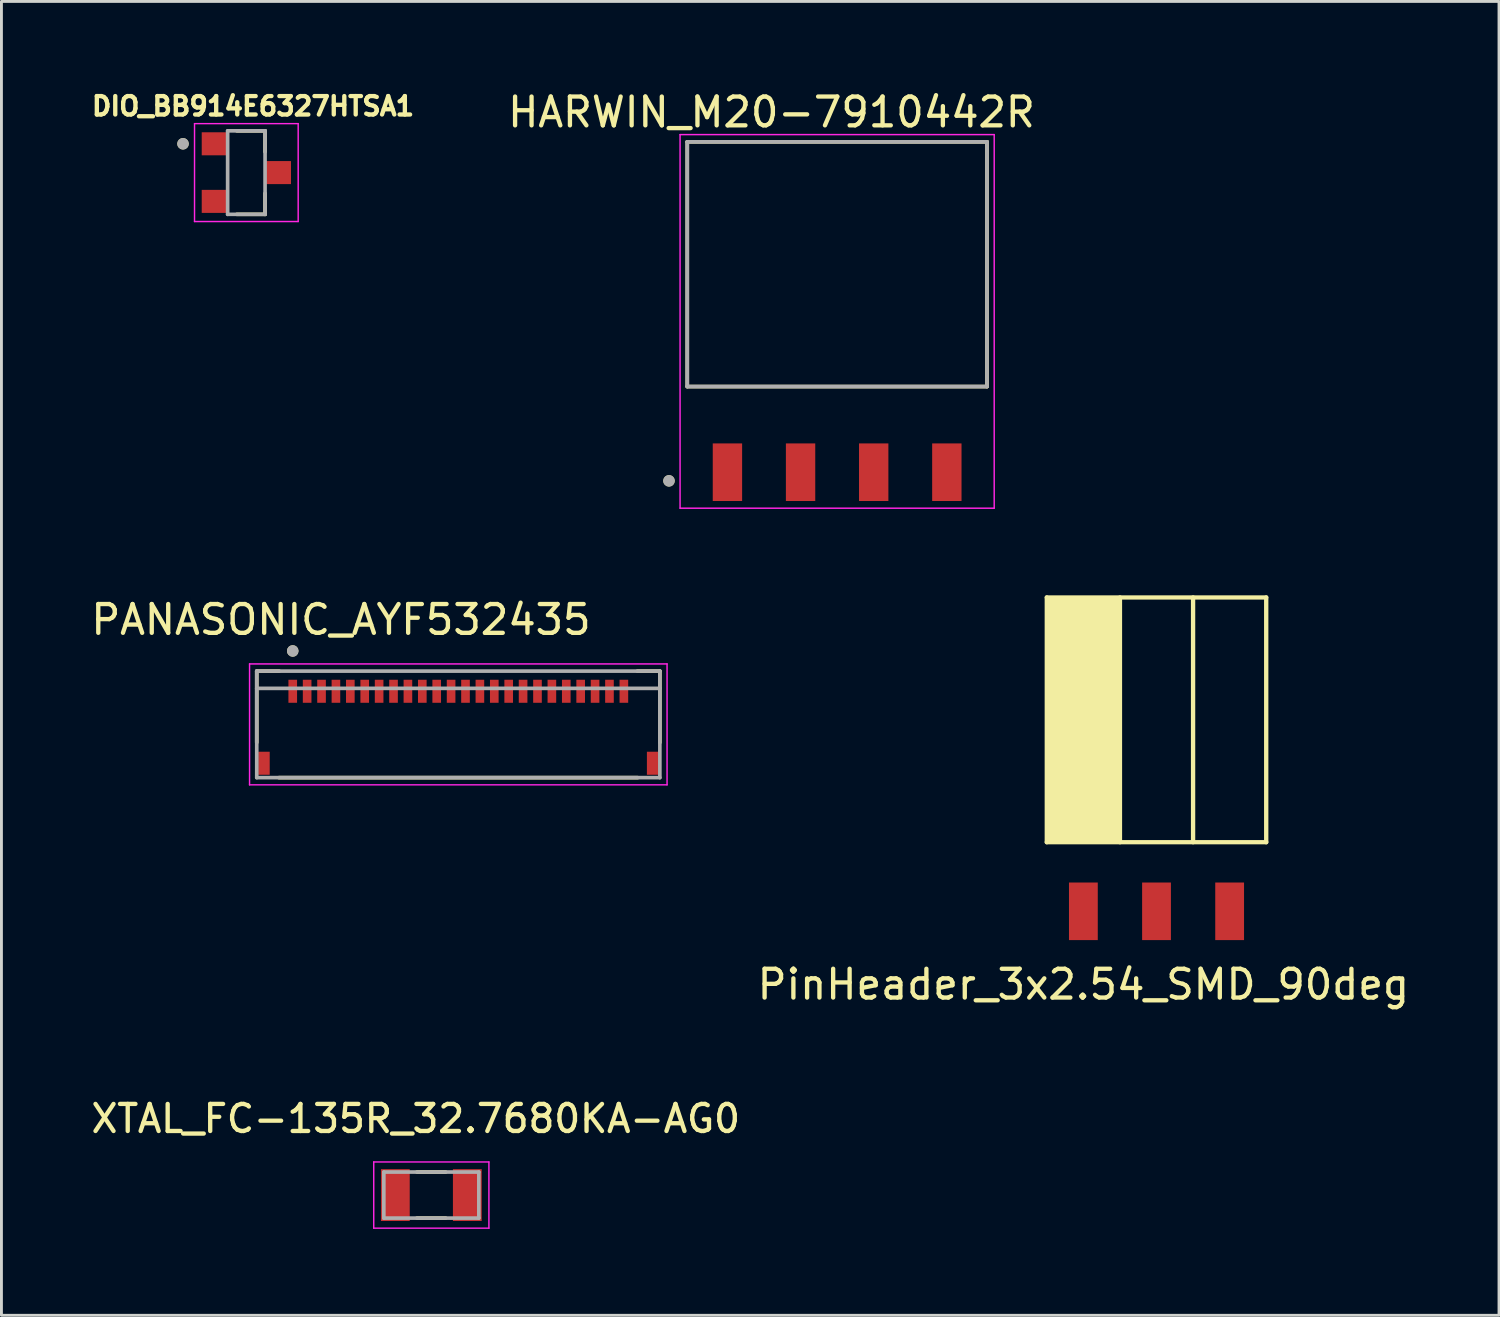
<source format=kicad_pcb>
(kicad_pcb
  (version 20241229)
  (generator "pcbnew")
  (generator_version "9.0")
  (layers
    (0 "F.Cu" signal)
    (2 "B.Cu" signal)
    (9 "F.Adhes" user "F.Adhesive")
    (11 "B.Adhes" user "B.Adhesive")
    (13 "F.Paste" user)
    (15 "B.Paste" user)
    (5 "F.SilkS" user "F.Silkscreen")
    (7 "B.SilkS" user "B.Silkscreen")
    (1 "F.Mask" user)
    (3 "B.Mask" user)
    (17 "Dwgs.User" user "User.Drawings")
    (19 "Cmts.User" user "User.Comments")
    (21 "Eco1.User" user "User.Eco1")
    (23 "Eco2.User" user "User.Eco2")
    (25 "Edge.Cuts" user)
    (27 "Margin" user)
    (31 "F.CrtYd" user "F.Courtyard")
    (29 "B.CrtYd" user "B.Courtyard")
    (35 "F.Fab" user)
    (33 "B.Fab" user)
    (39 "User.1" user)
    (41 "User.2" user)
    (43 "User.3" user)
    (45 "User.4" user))
  (footprint "DIO_BB914E6327HTSA1"
    (layer "F.Cu")
    (at 5.506 2.944)
    (property "Reference" "DIO_BB914E6327HTSA1" (at 0.232 -2.306 0) (layer "F.SilkS") (effects (font (size 0.64 0.64) (thickness 0.15))))
    (attr smd)
    (fp_line (start -0.33 -1.45) (end 0.65 -1.45) (stroke (width 0.127) (type solid)) (layer "F.SilkS"))
    (fp_line (start 0.65 -1.45) (end 0.65 -0.72) (stroke (width 0.127) (type solid)) (layer "F.SilkS"))
    (fp_line (start 0.65 1.45) (end -0.33 1.45) (stroke (width 0.127) (type solid)) (layer "F.SilkS"))
    (fp_line (start 0.65 1.45) (end 0.65 0.72) (stroke (width 0.127) (type solid)) (layer "F.SilkS"))
    (fp_circle (center -2.2 -1) (end -2.1 -1) (stroke (width 0.2) (type solid)) (fill no) (layer "F.SilkS"))
    (fp_line (start -1.8 -1.7) (end -1.8 1.7) (stroke (width 0.05) (type solid)) (layer "F.CrtYd"))
    (fp_line (start -1.8 1.7) (end 1.8 1.7) (stroke (width 0.05) (type solid)) (layer "F.CrtYd"))
    (fp_line (start 1.8 -1.7) (end -1.8 -1.7) (stroke (width 0.05) (type solid)) (layer "F.CrtYd"))
    (fp_line (start 1.8 1.7) (end 1.8 -1.7) (stroke (width 0.05) (type solid)) (layer "F.CrtYd"))
    (fp_line (start -0.65 -1.45) (end 0.65 -1.45) (stroke (width 0.127) (type solid)) (layer "F.Fab"))
    (fp_line (start -0.65 1.45) (end -0.65 -1.45) (stroke (width 0.127) (type solid)) (layer "F.Fab"))
    (fp_line (start 0.65 -1.45) (end 0.65 1.45) (stroke (width 0.127) (type solid)) (layer "F.Fab"))
    (fp_line (start 0.65 1.45) (end -0.65 1.45) (stroke (width 0.127) (type solid)) (layer "F.Fab"))
    (fp_circle (center -2.2 -1) (end -2.1 -1) (stroke (width 0.2) (type solid)) (fill no) (layer "F.Fab"))
    (pad "1" smd rect (at -1.1 -1) (size 0.9 0.8) (layers "F.Cu" "F.Mask" "F.Paste"))
    (pad "2" smd rect (at -1.1 1) (size 0.9 0.8) (layers "F.Cu" "F.Mask" "F.Paste"))
    (pad "3" smd rect (at 1.1 0) (size 0.9 0.8) (layers "F.Cu" "F.Mask" "F.Paste")))
  (footprint "PinHeader_3x2.54_SMD_90deg"
    (layer "F.Cu")
    (at 34.576 28.6)
    (property "Reference" "PinHeader_3x2.54_SMD_90deg" (at 0 2.54 0) (layer "F.SilkS") (effects (font (size 1 1) (thickness 0.15))))
    (attr through_hole)
    (fp_line (start -1.27 -10.9) (end 6.35 -10.9) (stroke (width 0.15) (type solid)) (layer "F.SilkS"))
    (fp_line (start -1.27 -2.4) (end -1.27 -10.9) (stroke (width 0.15) (type solid)) (layer "F.SilkS"))
    (fp_line (start -1.27 -2.4) (end 6.35 -2.4) (stroke (width 0.15) (type solid)) (layer "F.SilkS"))
    (fp_line (start 1.27 -2.4) (end 1.27 -10.9) (stroke (width 0.15) (type solid)) (layer "F.SilkS"))
    (fp_line (start 3.81 -2.4) (end 3.81 -10.9) (stroke (width 0.15) (type solid)) (layer "F.SilkS"))
    (fp_line (start 6.35 -2.4) (end 6.35 -10.9) (stroke (width 0.15) (type solid)) (layer "F.SilkS"))
    (fp_poly (pts (xy -1.219 -10.846) (xy 1.219 -10.846) (xy 1.219 -2.464) (xy -1.219 -2.464)) (stroke (width 0.15) (type solid)) (fill yes) (layer "F.SilkS"))
    (pad "1" smd rect (at 0 0) (size 1 2) (layers "F.Cu" "F.Mask" "F.Paste"))
    (pad "2" smd rect (at 2.54 0) (size 1 2) (layers "F.Cu" "F.Mask" "F.Paste"))
    (pad "3" smd rect (at 5.08 0) (size 1 2) (layers "F.Cu" "F.Mask" "F.Paste")))
  (footprint "XTAL_FC-135R_32.7680KA-AG0"
    (layer "F.Cu")
    (at 11.93 38.455)
    (property "Reference" "XTAL_FC-135R_32.7680KA-AG0" (at -0.54 -2.653 0) (layer "F.SilkS") (effects (font (size 0.94 0.94) (thickness 0.15))))
    (attr smd)
    (fp_line (start -0.5 -0.8) (end 0.5 -0.8) (stroke (width 0.127) (type solid)) (layer "F.SilkS"))
    (fp_line (start -0.5 0.8) (end 0.5 0.8) (stroke (width 0.127) (type solid)) (layer "F.SilkS"))
    (fp_line (start -2 -1.15) (end -2 1.15) (stroke (width 0.05) (type solid)) (layer "F.CrtYd"))
    (fp_line (start -2 1.15) (end 2 1.15) (stroke (width 0.05) (type solid)) (layer "F.CrtYd"))
    (fp_line (start 2 -1.15) (end -2 -1.15) (stroke (width 0.05) (type solid)) (layer "F.CrtYd"))
    (fp_line (start 2 1.15) (end 2 -1.15) (stroke (width 0.05) (type solid)) (layer "F.CrtYd"))
    (fp_line (start -1.65 -0.8) (end 1.65 -0.8) (stroke (width 0.127) (type solid)) (layer "F.Fab"))
    (fp_line (start -1.65 0.8) (end -1.65 -0.8) (stroke (width 0.127) (type solid)) (layer "F.Fab"))
    (fp_line (start 1.65 -0.8) (end 1.65 0.8) (stroke (width 0.127) (type solid)) (layer "F.Fab"))
    (fp_line (start 1.65 0.8) (end -1.65 0.8) (stroke (width 0.127) (type solid)) (layer "F.Fab"))
    (pad "1" smd rect (at -1.25 0) (size 1 1.8) (layers "F.Cu" "F.Mask" "F.Paste"))
    (pad "2" smd rect (at 1.25 0) (size 1 1.8) (layers "F.Cu" "F.Mask" "F.Paste")))
  (footprint "PANASONIC_AYF532435"
    (layer "F.Cu")
    (at 12.867 22.108)
    (property "Reference" "PANASONIC_AYF532435" (at -4.075 -3.635 0) (layer "F.SilkS") (effects (font (size 1 1) (thickness 0.15))))
    (attr smd)
    (fp_line (start -7 -1.85) (end -6.22 -1.85) (stroke (width 0.127) (type solid)) (layer "F.SilkS"))
    (fp_line (start -7 0.63) (end -7 -1.85) (stroke (width 0.127) (type solid)) (layer "F.SilkS"))
    (fp_line (start -6.23 1.85) (end 6.23 1.85) (stroke (width 0.127) (type solid)) (layer "F.SilkS"))
    (fp_line (start 6.22 -1.85) (end 7 -1.85) (stroke (width 0.127) (type solid)) (layer "F.SilkS"))
    (fp_line (start 7 -1.85) (end 7 0.63) (stroke (width 0.127) (type solid)) (layer "F.SilkS"))
    (fp_circle (center -5.75 -2.55) (end -5.65 -2.55) (stroke (width 0.2) (type solid)) (fill no) (layer "F.SilkS"))
    (fp_poly (pts (xy -5.875 -1.55) (xy -5.625 -1.55) (xy -5.625 -1) (xy -5.875 -1)) (stroke (width 0.01) (type solid)) (fill yes) (layer "F.Paste"))
    (fp_poly (pts (xy -5.375 -1.55) (xy -5.125 -1.55) (xy -5.125 -1) (xy -5.375 -1)) (stroke (width 0.01) (type solid)) (fill yes) (layer "F.Paste"))
    (fp_poly (pts (xy -4.875 -1.55) (xy -4.625 -1.55) (xy -4.625 -1) (xy -4.875 -1)) (stroke (width 0.01) (type solid)) (fill yes) (layer "F.Paste"))
    (fp_poly (pts (xy -4.375 -1.55) (xy -4.125 -1.55) (xy -4.125 -1) (xy -4.375 -1)) (stroke (width 0.01) (type solid)) (fill yes) (layer "F.Paste"))
    (fp_poly (pts (xy -3.875 -1.55) (xy -3.625 -1.55) (xy -3.625 -1) (xy -3.875 -1)) (stroke (width 0.01) (type solid)) (fill yes) (layer "F.Paste"))
    (fp_poly (pts (xy -3.375 -1.55) (xy -3.125 -1.55) (xy -3.125 -1) (xy -3.375 -1)) (stroke (width 0.01) (type solid)) (fill yes) (layer "F.Paste"))
    (fp_poly (pts (xy -2.875 -1.55) (xy -2.625 -1.55) (xy -2.625 -1) (xy -2.875 -1)) (stroke (width 0.01) (type solid)) (fill yes) (layer "F.Paste"))
    (fp_poly (pts (xy -2.375 -1.55) (xy -2.125 -1.55) (xy -2.125 -1) (xy -2.375 -1)) (stroke (width 0.01) (type solid)) (fill yes) (layer "F.Paste"))
    (fp_poly (pts (xy -1.875 -1.55) (xy -1.625 -1.55) (xy -1.625 -1) (xy -1.875 -1)) (stroke (width 0.01) (type solid)) (fill yes) (layer "F.Paste"))
    (fp_poly (pts (xy -1.375 -1.55) (xy -1.125 -1.55) (xy -1.125 -1) (xy -1.375 -1)) (stroke (width 0.01) (type solid)) (fill yes) (layer "F.Paste"))
    (fp_poly (pts (xy -0.875 -1.55) (xy -0.625 -1.55) (xy -0.625 -1) (xy -0.875 -1)) (stroke (width 0.01) (type solid)) (fill yes) (layer "F.Paste"))
    (fp_poly (pts (xy -0.375 -1.55) (xy -0.125 -1.55) (xy -0.125 -1) (xy -0.375 -1)) (stroke (width 0.01) (type solid)) (fill yes) (layer "F.Paste"))
    (fp_poly (pts (xy 0.125 -1.55) (xy 0.375 -1.55) (xy 0.375 -1) (xy 0.125 -1)) (stroke (width 0.01) (type solid)) (fill yes) (layer "F.Paste"))
    (fp_poly (pts (xy 0.625 -1.55) (xy 0.875 -1.55) (xy 0.875 -1) (xy 0.625 -1)) (stroke (width 0.01) (type solid)) (fill yes) (layer "F.Paste"))
    (fp_poly (pts (xy 1.125 -1.55) (xy 1.375 -1.55) (xy 1.375 -1) (xy 1.125 -1)) (stroke (width 0.01) (type solid)) (fill yes) (layer "F.Paste"))
    (fp_poly (pts (xy 1.625 -1.55) (xy 1.875 -1.55) (xy 1.875 -1) (xy 1.625 -1)) (stroke (width 0.01) (type solid)) (fill yes) (layer "F.Paste"))
    (fp_poly (pts (xy 2.125 -1.55) (xy 2.375 -1.55) (xy 2.375 -1) (xy 2.125 -1)) (stroke (width 0.01) (type solid)) (fill yes) (layer "F.Paste"))
    (fp_poly (pts (xy 2.625 -1.55) (xy 2.875 -1.55) (xy 2.875 -1) (xy 2.625 -1)) (stroke (width 0.01) (type solid)) (fill yes) (layer "F.Paste"))
    (fp_poly (pts (xy 3.125 -1.55) (xy 3.375 -1.55) (xy 3.375 -1) (xy 3.125 -1)) (stroke (width 0.01) (type solid)) (fill yes) (layer "F.Paste"))
    (fp_poly (pts (xy 3.625 -1.55) (xy 3.875 -1.55) (xy 3.875 -1) (xy 3.625 -1)) (stroke (width 0.01) (type solid)) (fill yes) (layer "F.Paste"))
    (fp_poly (pts (xy 4.125 -1.55) (xy 4.375 -1.55) (xy 4.375 -1) (xy 4.125 -1)) (stroke (width 0.01) (type solid)) (fill yes) (layer "F.Paste"))
    (fp_poly (pts (xy 4.625 -1.55) (xy 4.875 -1.55) (xy 4.875 -1) (xy 4.625 -1)) (stroke (width 0.01) (type solid)) (fill yes) (layer "F.Paste"))
    (fp_poly (pts (xy 5.125 -1.55) (xy 5.375 -1.55) (xy 5.375 -1) (xy 5.125 -1)) (stroke (width 0.01) (type solid)) (fill yes) (layer "F.Paste"))
    (fp_poly (pts (xy 5.625 -1.55) (xy 5.875 -1.55) (xy 5.875 -1) (xy 5.625 -1)) (stroke (width 0.01) (type solid)) (fill yes) (layer "F.Paste"))
    (fp_line (start -7.25 -2.1) (end -7.25 2.1) (stroke (width 0.05) (type solid)) (layer "F.CrtYd"))
    (fp_line (start -7.25 2.1) (end 7.25 2.1) (stroke (width 0.05) (type solid)) (layer "F.CrtYd"))
    (fp_line (start 7.25 -2.1) (end -7.25 -2.1) (stroke (width 0.05) (type solid)) (layer "F.CrtYd"))
    (fp_line (start 7.25 2.1) (end 7.25 -2.1) (stroke (width 0.05) (type solid)) (layer "F.CrtYd"))
    (fp_line (start -7 -1.85) (end 7 -1.85) (stroke (width 0.127) (type solid)) (layer "F.Fab"))
    (fp_line (start -7 -1.25) (end -7 -1.85) (stroke (width 0.127) (type solid)) (layer "F.Fab"))
    (fp_line (start -7 -1.25) (end 7 -1.25) (stroke (width 0.127) (type solid)) (layer "F.Fab"))
    (fp_line (start -7 1.85) (end -7 -1.25) (stroke (width 0.127) (type solid)) (layer "F.Fab"))
    (fp_line (start 7 -1.85) (end 7 -1.25) (stroke (width 0.127) (type solid)) (layer "F.Fab"))
    (fp_line (start 7 -1.25) (end 7 1.85) (stroke (width 0.127) (type solid)) (layer "F.Fab"))
    (fp_line (start 7 1.85) (end -7 1.85) (stroke (width 0.127) (type solid)) (layer "F.Fab"))
    (fp_circle (center -5.75 -2.55) (end -5.65 -2.55) (stroke (width 0.2) (type solid)) (fill no) (layer "F.Fab"))
    (pad "1" smd rect (at -5.75 -1.15) (size 0.3 0.8) (layers "F.Cu" "F.Mask"))
    (pad "2" smd rect (at -5.25 -1.15) (size 0.3 0.8) (layers "F.Cu" "F.Mask"))
    (pad "3" smd rect (at -4.75 -1.15) (size 0.3 0.8) (layers "F.Cu" "F.Mask"))
    (pad "4" smd rect (at -4.25 -1.15) (size 0.3 0.8) (layers "F.Cu" "F.Mask"))
    (pad "5" smd rect (at -3.75 -1.15) (size 0.3 0.8) (layers "F.Cu" "F.Mask"))
    (pad "6" smd rect (at -3.25 -1.15) (size 0.3 0.8) (layers "F.Cu" "F.Mask"))
    (pad "7" smd rect (at -2.75 -1.15) (size 0.3 0.8) (layers "F.Cu" "F.Mask"))
    (pad "8" smd rect (at -2.25 -1.15) (size 0.3 0.8) (layers "F.Cu" "F.Mask"))
    (pad "9" smd rect (at -1.75 -1.15) (size 0.3 0.8) (layers "F.Cu" "F.Mask"))
    (pad "10" smd rect (at -1.25 -1.15) (size 0.3 0.8) (layers "F.Cu" "F.Mask"))
    (pad "11" smd rect (at -0.75 -1.15) (size 0.3 0.8) (layers "F.Cu" "F.Mask"))
    (pad "12" smd rect (at -0.25 -1.15) (size 0.3 0.8) (layers "F.Cu" "F.Mask"))
    (pad "13" smd rect (at 0.25 -1.15) (size 0.3 0.8) (layers "F.Cu" "F.Mask"))
    (pad "14" smd rect (at 0.75 -1.15) (size 0.3 0.8) (layers "F.Cu" "F.Mask"))
    (pad "15" smd rect (at 1.25 -1.15) (size 0.3 0.8) (layers "F.Cu" "F.Mask"))
    (pad "16" smd rect (at 1.75 -1.15) (size 0.3 0.8) (layers "F.Cu" "F.Mask"))
    (pad "17" smd rect (at 2.25 -1.15) (size 0.3 0.8) (layers "F.Cu" "F.Mask"))
    (pad "18" smd rect (at 2.75 -1.15) (size 0.3 0.8) (layers "F.Cu" "F.Mask"))
    (pad "19" smd rect (at 3.25 -1.15) (size 0.3 0.8) (layers "F.Cu" "F.Mask"))
    (pad "20" smd rect (at 3.75 -1.15) (size 0.3 0.8) (layers "F.Cu" "F.Mask"))
    (pad "21" smd rect (at 4.25 -1.15) (size 0.3 0.8) (layers "F.Cu" "F.Mask"))
    (pad "22" smd rect (at 4.75 -1.15) (size 0.3 0.8) (layers "F.Cu" "F.Mask"))
    (pad "23" smd rect (at 5.25 -1.15) (size 0.3 0.8) (layers "F.Cu" "F.Mask"))
    (pad "24" smd rect (at 5.75 -1.15) (size 0.3 0.8) (layers "F.Cu" "F.Mask"))
    (pad "S1" smd rect (at -6.75 1.35) (size 0.4 0.8) (layers "F.Cu" "F.Mask" "F.Paste"))
    (pad "S2" smd rect (at 6.75 1.35) (size 0.4 0.8) (layers "F.Cu" "F.Mask" "F.Paste")))
  (footprint "HARWIN_M20-7910442R"
    (layer "F.Cu")
    (at 26.024 13.35)
    (property "Reference" "HARWIN_M20-7910442R" (at -2.28 -12.502 0) (layer "F.SilkS") (effects (font (size 1 1) (thickness 0.15))))
    (attr smd)
    (fp_line (start -5.205 -11.475) (end -5.205 -2.975) (stroke (width 0.127) (type solid)) (layer "F.SilkS"))
    (fp_line (start -5.205 -2.975) (end 5.205 -2.975) (stroke (width 0.127) (type solid)) (layer "F.SilkS"))
    (fp_line (start 5.205 -11.475) (end -5.205 -11.475) (stroke (width 0.127) (type solid)) (layer "F.SilkS"))
    (fp_line (start 5.205 -2.975) (end 5.205 -11.475) (stroke (width 0.127) (type solid)) (layer "F.SilkS"))
    (fp_circle (center -5.84 0.3) (end -5.74 0.3) (stroke (width 0.2) (type solid)) (fill no) (layer "F.SilkS"))
    (fp_line (start -5.455 -11.725) (end -5.455 1.25) (stroke (width 0.05) (type solid)) (layer "F.CrtYd"))
    (fp_line (start -5.455 1.25) (end 5.455 1.25) (stroke (width 0.05) (type solid)) (layer "F.CrtYd"))
    (fp_line (start 5.455 -11.725) (end -5.455 -11.725) (stroke (width 0.05) (type solid)) (layer "F.CrtYd"))
    (fp_line (start 5.455 1.25) (end 5.455 -11.725) (stroke (width 0.05) (type solid)) (layer "F.CrtYd"))
    (fp_line (start -5.205 -11.475) (end -5.205 -2.975) (stroke (width 0.127) (type solid)) (layer "F.Fab"))
    (fp_line (start -5.205 -2.975) (end 5.205 -2.975) (stroke (width 0.127) (type solid)) (layer "F.Fab"))
    (fp_line (start 5.205 -11.475) (end -5.205 -11.475) (stroke (width 0.127) (type solid)) (layer "F.Fab"))
    (fp_line (start 5.205 -2.975) (end 5.205 -11.475) (stroke (width 0.127) (type solid)) (layer "F.Fab"))
    (fp_circle (center -5.84 0.3) (end -5.74 0.3) (stroke (width 0.2) (type solid)) (fill no) (layer "F.Fab"))
    (pad "1" smd rect (at -3.81 0) (size 1.02 2) (layers "F.Cu" "F.Mask" "F.Paste"))
    (pad "2" smd rect (at -1.27 0) (size 1.02 2) (layers "F.Cu" "F.Mask" "F.Paste"))
    (pad "3" smd rect (at 1.27 0) (size 1.02 2) (layers "F.Cu" "F.Mask" "F.Paste"))
    (pad "4" smd rect (at 3.81 0) (size 1.02 2) (layers "F.Cu" "F.Mask" "F.Paste")))
  (gr_rect
    (start -3 -3)
    (end 49.011 42.63)
    (stroke (width 0.1) (type default))
    (fill no)
    (layer "Edge.Cuts")))
</source>
